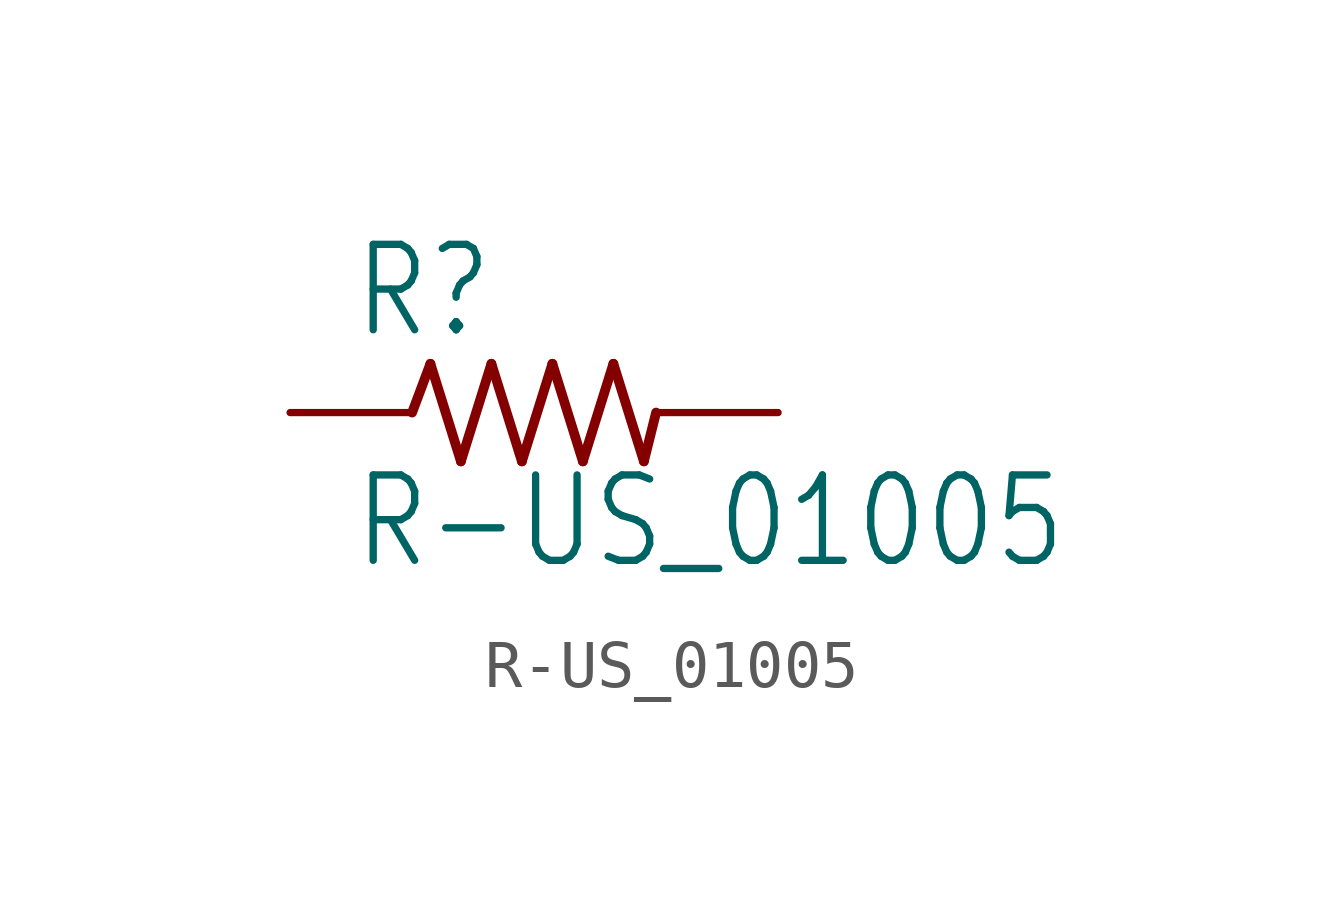
<source format=kicad_sym>
(kicad_symbol_lib
  (version 20220331)
  (generator kicad_symbol_editor)
  (symbol "R-US_01005"
    (property "Reference" "R"
      (at -3.81 1.499 0)
      (effects (font (size 1.778 1.511)) (justify left bottom)))
    (property "Value" "R-US_01005"
      (at -3.81 -3.302 0)
      (effects (font (size 1.778 1.511)) (justify left bottom)))
    (property "ki_locked" ""
      (at 0 0 0)
      (effects (font (size 1.27 1.27))))
    (symbol "R-US_01005_1_0"
      (polyline (pts (xy -2.54 0) (xy -2.159 1.016)) (stroke (width 0.203) (type solid)) (fill (type none)))
      (polyline (pts (xy -2.159 1.016) (xy -1.524 -1.016)) (stroke (width 0.203) (type solid)) (fill (type none)))
      (polyline (pts (xy -1.524 -1.016) (xy -0.889 1.016)) (stroke (width 0.203) (type solid)) (fill (type none)))
      (polyline (pts (xy -0.889 1.016) (xy -0.254 -1.016)) (stroke (width 0.203) (type solid)) (fill (type none)))
      (polyline (pts (xy -0.254 -1.016) (xy 0.381 1.016)) (stroke (width 0.203) (type solid)) (fill (type none)))
      (polyline (pts (xy 0.381 1.016) (xy 1.016 -1.016)) (stroke (width 0.203) (type solid)) (fill (type none)))
      (polyline (pts (xy 1.016 -1.016) (xy 1.651 1.016)) (stroke (width 0.203) (type solid)) (fill (type none)))
      (polyline (pts (xy 1.651 1.016) (xy 2.286 -1.016)) (stroke (width 0.203) (type solid)) (fill (type none)))
      (polyline (pts (xy 2.286 -1.016) (xy 2.54 0)) (stroke (width 0.203) (type solid)) (fill (type none)))
      (pin passive line (at -5.08 0 0) (length 2.54) (name "1" (effects (font (size 0 0)))) (number "1" (effects (font (size 0 0)))))
      (pin passive line (at 5.08 0 180) (length 2.54) (name "2" (effects (font (size 0 0)))) (number "2" (effects (font (size 0 0))))))))
</source>
